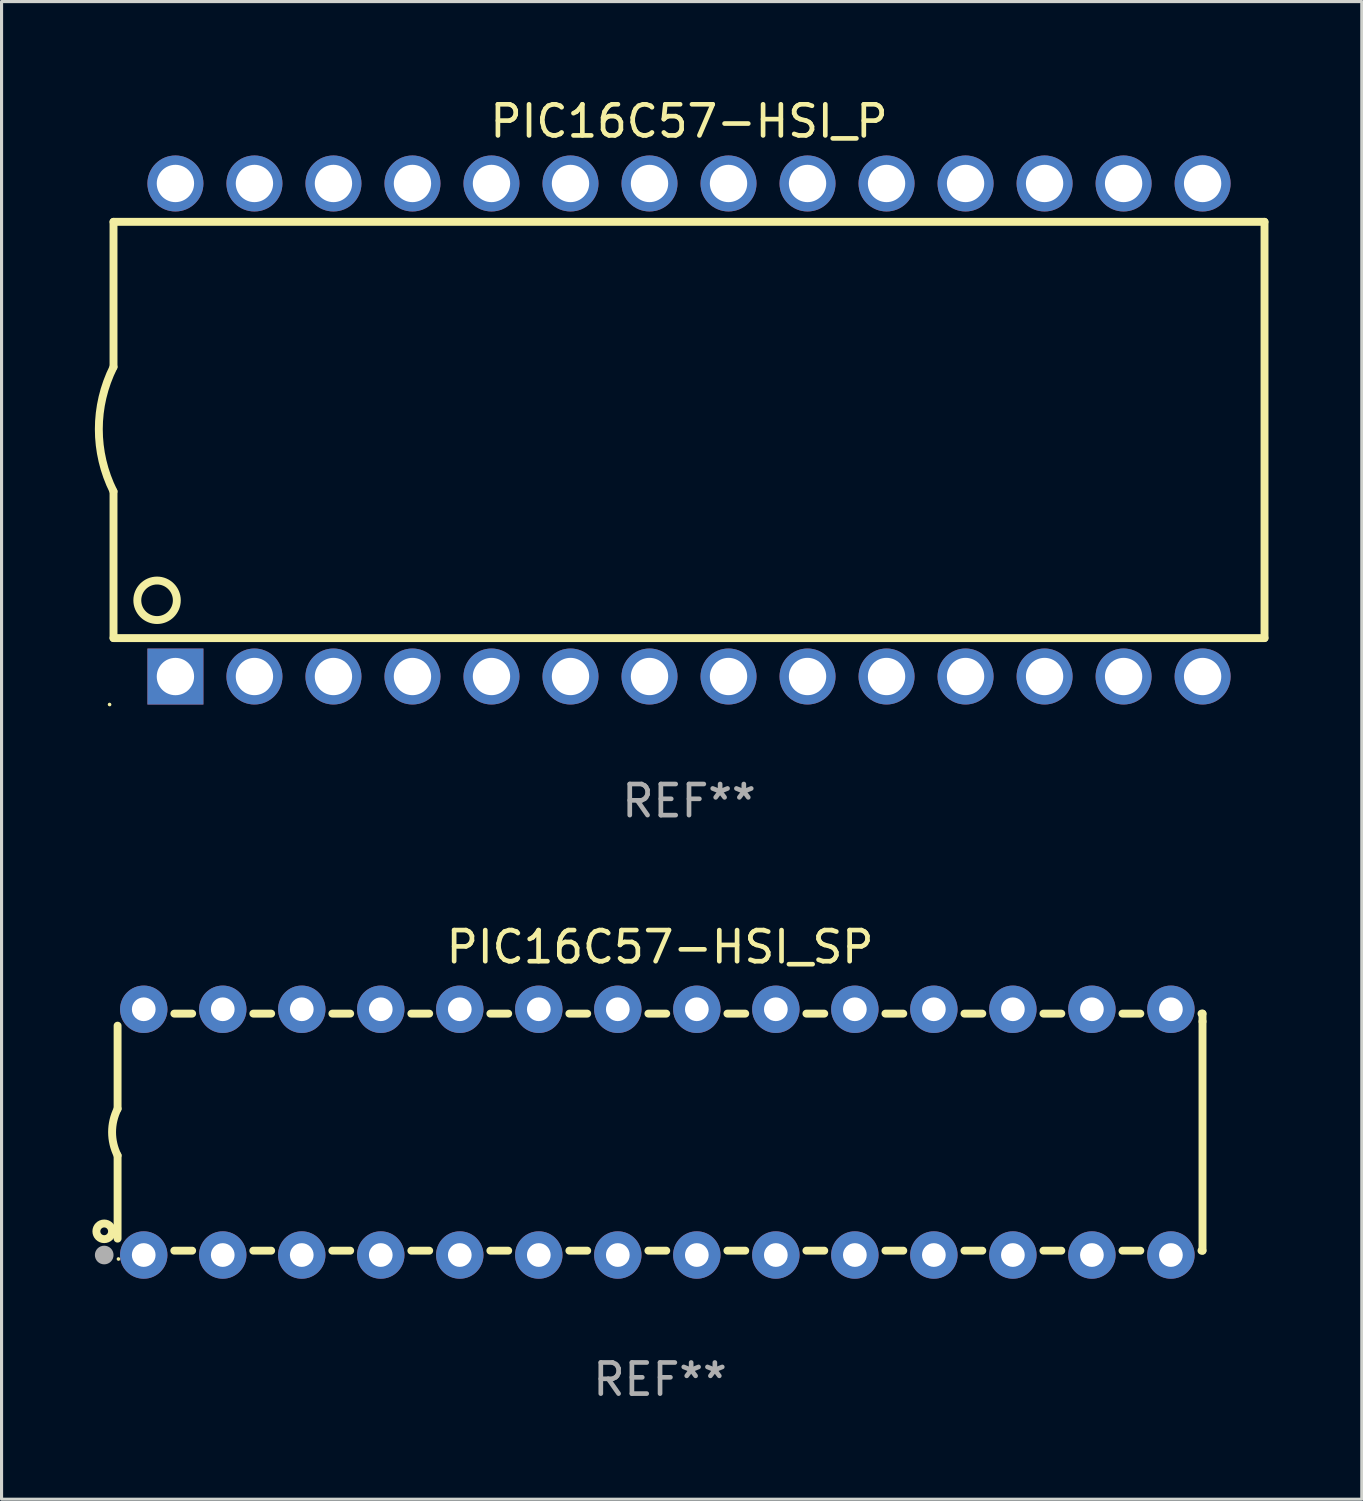
<source format=kicad_pcb>
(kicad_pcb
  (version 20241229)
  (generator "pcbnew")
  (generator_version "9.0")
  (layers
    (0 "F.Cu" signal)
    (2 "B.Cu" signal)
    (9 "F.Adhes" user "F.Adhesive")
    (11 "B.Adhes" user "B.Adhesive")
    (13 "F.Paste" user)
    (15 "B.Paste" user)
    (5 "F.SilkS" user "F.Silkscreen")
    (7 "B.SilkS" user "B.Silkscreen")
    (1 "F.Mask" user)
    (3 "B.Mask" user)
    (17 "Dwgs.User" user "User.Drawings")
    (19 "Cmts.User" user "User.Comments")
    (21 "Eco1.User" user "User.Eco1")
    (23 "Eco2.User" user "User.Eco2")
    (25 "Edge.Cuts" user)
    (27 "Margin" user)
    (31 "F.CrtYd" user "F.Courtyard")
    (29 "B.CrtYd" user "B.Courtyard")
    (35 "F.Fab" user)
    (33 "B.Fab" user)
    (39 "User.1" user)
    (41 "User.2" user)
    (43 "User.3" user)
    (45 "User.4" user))
  (footprint "PIC16C57-HSI_P"
    (layer "F.Cu")
    (at 19.099 10.773)
    (property "Reference" "PIC16C57-HSI_P" (at 0 -9.925 0) (layer "F.SilkS") (effects (font (size 1 1) (thickness 0.15))))
    (attr through_hole)
    (fp_line (start -18.5 -6.692) (end -18.5 -2.026) (stroke (width 0.254) (type solid)) (layer "F.SilkS"))
    (fp_line (start -18.5 6.689) (end -18.5 1.974) (stroke (width 0.254) (type solid)) (layer "F.SilkS"))
    (fp_line (start -18.5 6.689) (end 18.5 6.689) (stroke (width 0.254) (type solid)) (layer "F.SilkS"))
    (fp_line (start 18.5 -6.692) (end -18.5 -6.692) (stroke (width 0.254) (type solid)) (layer "F.SilkS"))
    (fp_line (start 18.5 6.689) (end 18.5 -6.692) (stroke (width 0.254) (type solid)) (layer "F.SilkS"))
    (fp_arc (start -18.500051 1.974346) (mid -18.972187 -0.025654) (end -18.500051 -2.025654) (stroke (width 0.254001) (type solid)) (layer "F.SilkS"))
    (fp_circle (center -18.627 8.824) (end -18.597 8.824) (stroke (width 0.06) (type solid)) (fill no) (layer "F.SilkS"))
    (fp_circle (center -17.1 5.474) (end -16.465 5.474) (stroke (width 0.254) (type solid)) (fill no) (layer "F.SilkS"))
    (fp_text user "REF**" (at 0 11.925 0) (layer "F.Fab") (effects (font (size 1 1) (thickness 0.15))))
    (pad "1" thru_hole rect (at -16.51 7.925) (size 1.8 1.8) (drill 1.2) (layers "*.Cu" "*.Mask"))
    (pad "2" thru_hole circle (at -13.97 7.924) (size 1.8 1.8) (drill 1.2) (layers "*.Cu" "*.Mask"))
    (pad "3" thru_hole circle (at -11.43 7.924) (size 1.8 1.8) (drill 1.2) (layers "*.Cu" "*.Mask"))
    (pad "4" thru_hole circle (at -8.89 7.924) (size 1.8 1.8) (drill 1.2) (layers "*.Cu" "*.Mask"))
    (pad "5" thru_hole circle (at -6.35 7.924) (size 1.8 1.8) (drill 1.2) (layers "*.Cu" "*.Mask"))
    (pad "6" thru_hole circle (at -3.81 7.924) (size 1.8 1.8) (drill 1.2) (layers "*.Cu" "*.Mask"))
    (pad "7" thru_hole circle (at -1.27 7.924) (size 1.8 1.8) (drill 1.2) (layers "*.Cu" "*.Mask"))
    (pad "8" thru_hole circle (at 1.27 7.924) (size 1.8 1.8) (drill 1.2) (layers "*.Cu" "*.Mask"))
    (pad "9" thru_hole circle (at 3.81 7.924) (size 1.8 1.8) (drill 1.2) (layers "*.Cu" "*.Mask"))
    (pad "10" thru_hole circle (at 6.35 7.924) (size 1.8 1.8) (drill 1.2) (layers "*.Cu" "*.Mask"))
    (pad "11" thru_hole circle (at 8.89 7.924) (size 1.8 1.8) (drill 1.2) (layers "*.Cu" "*.Mask"))
    (pad "12" thru_hole circle (at 11.43 7.924) (size 1.8 1.8) (drill 1.2) (layers "*.Cu" "*.Mask"))
    (pad "13" thru_hole circle (at 13.97 7.924) (size 1.8 1.8) (drill 1.2) (layers "*.Cu" "*.Mask"))
    (pad "14" thru_hole circle (at 16.51 7.924) (size 1.8 1.8) (drill 1.2) (layers "*.Cu" "*.Mask"))
    (pad "15" thru_hole circle (at 16.51 -7.925) (size 1.8 1.8) (drill 1.2) (layers "*.Cu" "*.Mask"))
    (pad "16" thru_hole circle (at 13.97 -7.925) (size 1.8 1.8) (drill 1.2) (layers "*.Cu" "*.Mask"))
    (pad "17" thru_hole circle (at 11.43 -7.925) (size 1.8 1.8) (drill 1.2) (layers "*.Cu" "*.Mask"))
    (pad "18" thru_hole circle (at 8.89 -7.925) (size 1.8 1.8) (drill 1.2) (layers "*.Cu" "*.Mask"))
    (pad "19" thru_hole circle (at 6.35 -7.925) (size 1.8 1.8) (drill 1.2) (layers "*.Cu" "*.Mask"))
    (pad "20" thru_hole circle (at 3.81 -7.925) (size 1.8 1.8) (drill 1.2) (layers "*.Cu" "*.Mask"))
    (pad "21" thru_hole circle (at 1.27 -7.925) (size 1.8 1.8) (drill 1.2) (layers "*.Cu" "*.Mask"))
    (pad "22" thru_hole circle (at -1.27 -7.925) (size 1.8 1.8) (drill 1.2) (layers "*.Cu" "*.Mask"))
    (pad "23" thru_hole circle (at -3.81 -7.925) (size 1.8 1.8) (drill 1.2) (layers "*.Cu" "*.Mask"))
    (pad "24" thru_hole circle (at -6.35 -7.925) (size 1.8 1.8) (drill 1.2) (layers "*.Cu" "*.Mask"))
    (pad "25" thru_hole circle (at -8.89 -7.925) (size 1.8 1.8) (drill 1.2) (layers "*.Cu" "*.Mask"))
    (pad "26" thru_hole circle (at -11.43 -7.925) (size 1.8 1.8) (drill 1.2) (layers "*.Cu" "*.Mask"))
    (pad "27" thru_hole circle (at -13.97 -7.925) (size 1.8 1.8) (drill 1.2) (layers "*.Cu" "*.Mask"))
    (pad "28" thru_hole circle (at -16.51 -7.925) (size 1.8 1.8) (drill 1.2) (layers "*.Cu" "*.Mask")))
  (footprint "PIC16C57-HSI_SP"
    (layer "F.Cu")
    (at 18.168 33.344)
    (property "Reference" "PIC16C57-HSI_SP" (at 0 -5.95 0) (layer "F.SilkS") (effects (font (size 1 1) (thickness 0.15))))
    (attr through_hole)
    (fp_line (start -17.438 0.75) (end -17.438 3.423) (stroke (width 0.254) (type solid)) (layer "F.SilkS"))
    (fp_line (start -17.438 -3.423) (end -17.438 -0.75) (stroke (width 0.254) (type solid)) (layer "F.SilkS"))
    (fp_line (start -15.615 3.81) (end -15.041 3.81) (stroke (width 0.254) (type solid)) (layer "F.SilkS"))
    (fp_line (start -15.041 -3.81) (end -15.614 -3.81) (stroke (width 0.254) (type solid)) (layer "F.SilkS"))
    (fp_line (start -13.075 3.81) (end -12.501 3.81) (stroke (width 0.254) (type solid)) (layer "F.SilkS"))
    (fp_line (start -12.501 -3.81) (end -13.074 -3.81) (stroke (width 0.254) (type solid)) (layer "F.SilkS"))
    (fp_line (start -10.535 3.81) (end -9.961 3.81) (stroke (width 0.254) (type solid)) (layer "F.SilkS"))
    (fp_line (start -9.961 -3.81) (end -10.534 -3.81) (stroke (width 0.254) (type solid)) (layer "F.SilkS"))
    (fp_line (start -7.995 3.81) (end -7.421 3.81) (stroke (width 0.254) (type solid)) (layer "F.SilkS"))
    (fp_line (start -7.421 -3.81) (end -7.995 -3.81) (stroke (width 0.254) (type solid)) (layer "F.SilkS"))
    (fp_line (start -5.455 3.81) (end -4.881 3.81) (stroke (width 0.254) (type solid)) (layer "F.SilkS"))
    (fp_line (start -4.881 -3.81) (end -5.455 -3.81) (stroke (width 0.254) (type solid)) (layer "F.SilkS"))
    (fp_line (start -2.915 3.81) (end -2.341 3.81) (stroke (width 0.254) (type solid)) (layer "F.SilkS"))
    (fp_line (start -2.341 -3.81) (end -2.915 -3.81) (stroke (width 0.254) (type solid)) (layer "F.SilkS"))
    (fp_line (start -0.375 3.81) (end 0.199 3.81) (stroke (width 0.254) (type solid)) (layer "F.SilkS"))
    (fp_line (start 0.199 -3.81) (end -0.375 -3.81) (stroke (width 0.254) (type solid)) (layer "F.SilkS"))
    (fp_line (start 2.165 3.81) (end 2.739 3.81) (stroke (width 0.254) (type solid)) (layer "F.SilkS"))
    (fp_line (start 2.739 -3.81) (end 2.165 -3.81) (stroke (width 0.254) (type solid)) (layer "F.SilkS"))
    (fp_line (start 4.705 3.81) (end 5.279 3.81) (stroke (width 0.254) (type solid)) (layer "F.SilkS"))
    (fp_line (start 5.279 -3.81) (end 4.705 -3.81) (stroke (width 0.254) (type solid)) (layer "F.SilkS"))
    (fp_line (start 7.245 3.81) (end 7.819 3.81) (stroke (width 0.254) (type solid)) (layer "F.SilkS"))
    (fp_line (start 7.819 -3.81) (end 7.245 -3.81) (stroke (width 0.254) (type solid)) (layer "F.SilkS"))
    (fp_line (start 9.785 3.81) (end 10.359 3.81) (stroke (width 0.254) (type solid)) (layer "F.SilkS"))
    (fp_line (start 10.359 -3.81) (end 9.785 -3.81) (stroke (width 0.254) (type solid)) (layer "F.SilkS"))
    (fp_line (start 12.325 3.81) (end 12.899 3.81) (stroke (width 0.254) (type solid)) (layer "F.SilkS"))
    (fp_line (start 12.899 -3.81) (end 12.325 -3.81) (stroke (width 0.254) (type solid)) (layer "F.SilkS"))
    (fp_line (start 14.865 3.81) (end 15.439 3.81) (stroke (width 0.254) (type solid)) (layer "F.SilkS"))
    (fp_line (start 15.439 -3.81) (end 14.865 -3.81) (stroke (width 0.254) (type solid)) (layer "F.SilkS"))
    (fp_line (start 17.405 3.81) (end 17.438 3.81) (stroke (width 0.254) (type solid)) (layer "F.SilkS"))
    (fp_line (start 17.438 -3.81) (end 17.405 -3.81) (stroke (width 0.254) (type solid)) (layer "F.SilkS"))
    (fp_line (start 17.438 -3.556) (end 17.438 -3.81) (stroke (width 0.254) (type solid)) (layer "F.SilkS"))
    (fp_line (start 17.438 3.81) (end 17.438 -3.556) (stroke (width 0.254) (type solid)) (layer "F.SilkS"))
    (fp_arc (start -17.437986 0.749657) (mid -17.614887 -0.000024) (end -17.437783 -0.749657) (stroke (width 0.254001) (type solid)) (layer "F.SilkS"))
    (fp_circle (center -17.868 3.188) (end -17.743 3.188) (stroke (width 0.254) (type solid)) (fill no) (layer "F.SilkS"))
    (fp_circle (center -17.411 4.077) (end -17.381 4.077) (stroke (width 0.06) (type solid)) (fill no) (layer "F.SilkS"))
    (fp_circle (center -17.868 3.95) (end -17.718 3.95) (stroke (width 0.3) (type solid)) (fill no) (layer "F.Fab"))
    (fp_text user "REF**" (at 0 7.95 0) (layer "F.Fab") (effects (font (size 1 1) (thickness 0.15))))
    (pad "1" thru_hole circle (at -16.598 3.95) (size 1.524 1.524) (drill 0.762) (layers "*.Cu" "*.Mask"))
    (pad "2" thru_hole circle (at -14.058 3.95) (size 1.524 1.524) (drill 0.762) (layers "*.Cu" "*.Mask"))
    (pad "3" thru_hole circle (at -11.518 3.95) (size 1.524 1.524) (drill 0.762) (layers "*.Cu" "*.Mask"))
    (pad "4" thru_hole circle (at -8.978 3.95) (size 1.524 1.524) (drill 0.762) (layers "*.Cu" "*.Mask"))
    (pad "5" thru_hole circle (at -6.438 3.95) (size 1.524 1.524) (drill 0.762) (layers "*.Cu" "*.Mask"))
    (pad "6" thru_hole circle (at -3.898 3.95) (size 1.524 1.524) (drill 0.762) (layers "*.Cu" "*.Mask"))
    (pad "7" thru_hole circle (at -1.358 3.95) (size 1.524 1.524) (drill 0.762) (layers "*.Cu" "*.Mask"))
    (pad "8" thru_hole circle (at 1.182 3.95) (size 1.524 1.524) (drill 0.762) (layers "*.Cu" "*.Mask"))
    (pad "9" thru_hole circle (at 3.722 3.95) (size 1.524 1.524) (drill 0.762) (layers "*.Cu" "*.Mask"))
    (pad "10" thru_hole circle (at 6.262 3.95) (size 1.524 1.524) (drill 0.762) (layers "*.Cu" "*.Mask"))
    (pad "11" thru_hole circle (at 8.802 3.95) (size 1.524 1.524) (drill 0.762) (layers "*.Cu" "*.Mask"))
    (pad "12" thru_hole circle (at 11.342 3.95) (size 1.524 1.524) (drill 0.762) (layers "*.Cu" "*.Mask"))
    (pad "13" thru_hole circle (at 13.882 3.95) (size 1.524 1.524) (drill 0.762) (layers "*.Cu" "*.Mask"))
    (pad "14" thru_hole circle (at 16.422 3.95) (size 1.524 1.524) (drill 0.762) (layers "*.Cu" "*.Mask"))
    (pad "15" thru_hole circle (at 16.422 -3.95) (size 1.524 1.524) (drill 0.762) (layers "*.Cu" "*.Mask"))
    (pad "16" thru_hole circle (at 13.882 -3.95) (size 1.524 1.524) (drill 0.762) (layers "*.Cu" "*.Mask"))
    (pad "17" thru_hole circle (at 11.342 -3.95) (size 1.524 1.524) (drill 0.762) (layers "*.Cu" "*.Mask"))
    (pad "18" thru_hole circle (at 8.802 -3.95) (size 1.524 1.524) (drill 0.762) (layers "*.Cu" "*.Mask"))
    (pad "19" thru_hole circle (at 6.262 -3.95) (size 1.524 1.524) (drill 0.762) (layers "*.Cu" "*.Mask"))
    (pad "20" thru_hole circle (at 3.722 -3.95) (size 1.524 1.524) (drill 0.762) (layers "*.Cu" "*.Mask"))
    (pad "21" thru_hole circle (at 1.182 -3.95) (size 1.524 1.524) (drill 0.762) (layers "*.Cu" "*.Mask"))
    (pad "22" thru_hole circle (at -1.358 -3.95) (size 1.524 1.524) (drill 0.762) (layers "*.Cu" "*.Mask"))
    (pad "23" thru_hole circle (at -3.898 -3.95) (size 1.524 1.524) (drill 0.762) (layers "*.Cu" "*.Mask"))
    (pad "24" thru_hole circle (at -6.438 -3.95) (size 1.524 1.524) (drill 0.762) (layers "*.Cu" "*.Mask"))
    (pad "25" thru_hole circle (at -8.978 -3.95) (size 1.524 1.524) (drill 0.762) (layers "*.Cu" "*.Mask"))
    (pad "26" thru_hole circle (at -11.517 -3.95) (size 1.524 1.524) (drill 0.762) (layers "*.Cu" "*.Mask"))
    (pad "27" thru_hole circle (at -14.057 -3.95) (size 1.524 1.524) (drill 0.762) (layers "*.Cu" "*.Mask"))
    (pad "28" thru_hole circle (at -16.597 -3.95) (size 1.524 1.524) (drill 0.762) (layers "*.Cu" "*.Mask")))
  (gr_rect
    (start -3 -3)
    (end 40.726 45.143)
    (stroke (width 0.1) (type default))
    (fill no)
    (layer "Edge.Cuts")))
</source>
